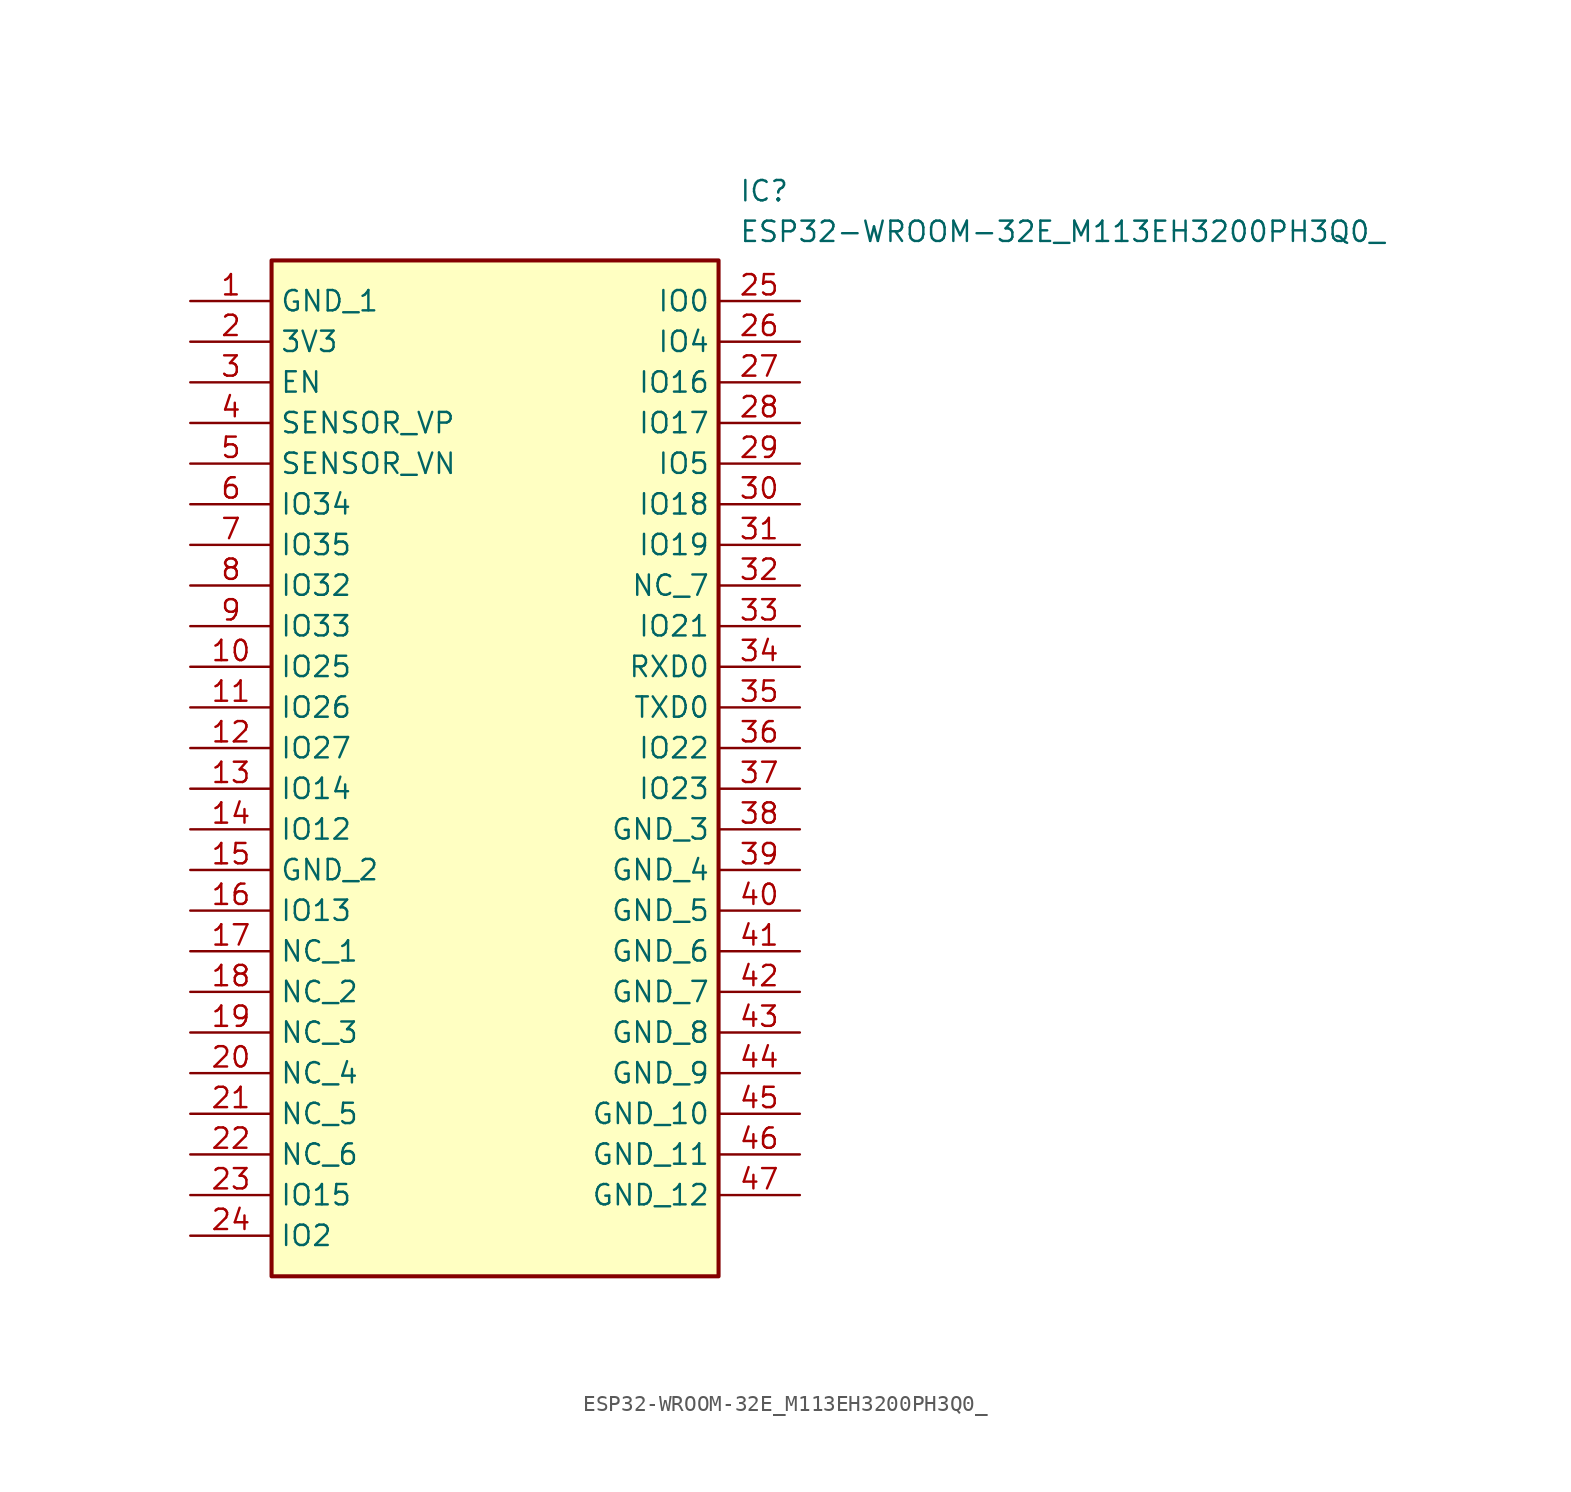
<source format=kicad_sym>
(kicad_symbol_lib
  (version 20211014)
  (generator SamacSys_ECAD_Model)
  (symbol "ESP32-WROOM-32E_M113EH3200PH3Q0_"
    (property "Reference" "IC"
      (at 34.29 7.62 0)
      (effects (font (size 1.27 1.27)) (justify left top)))
    (property "Value" "ESP32-WROOM-32E_M113EH3200PH3Q0_"
      (at 34.29 5.08 0)
      (effects (font (size 1.27 1.27)) (justify left top)))
    (rectangle
      (start 5.08 2.54)
      (end 33.02 -60.96)
      (stroke (width 0.254) (type default))
      (fill (type background)))
    (pin passive line
      (at 0 0 0)
      (length 5.08)
      (name "GND_1" (effects (font (size 1.27 1.27))))
      (number "1" (effects (font (size 1.27 1.27)))))
    (pin passive line
      (at 0 -2.54 0)
      (length 5.08)
      (name "3V3" (effects (font (size 1.27 1.27))))
      (number "2" (effects (font (size 1.27 1.27)))))
    (pin passive line
      (at 0 -5.08 0)
      (length 5.08)
      (name "EN" (effects (font (size 1.27 1.27))))
      (number "3" (effects (font (size 1.27 1.27)))))
    (pin passive line
      (at 0 -7.62 0)
      (length 5.08)
      (name "SENSOR_VP" (effects (font (size 1.27 1.27))))
      (number "4" (effects (font (size 1.27 1.27)))))
    (pin passive line
      (at 0 -10.16 0)
      (length 5.08)
      (name "SENSOR_VN" (effects (font (size 1.27 1.27))))
      (number "5" (effects (font (size 1.27 1.27)))))
    (pin passive line
      (at 0 -12.7 0)
      (length 5.08)
      (name "IO34" (effects (font (size 1.27 1.27))))
      (number "6" (effects (font (size 1.27 1.27)))))
    (pin passive line
      (at 0 -15.24 0)
      (length 5.08)
      (name "IO35" (effects (font (size 1.27 1.27))))
      (number "7" (effects (font (size 1.27 1.27)))))
    (pin passive line
      (at 0 -17.78 0)
      (length 5.08)
      (name "IO32" (effects (font (size 1.27 1.27))))
      (number "8" (effects (font (size 1.27 1.27)))))
    (pin passive line
      (at 0 -20.32 0)
      (length 5.08)
      (name "IO33" (effects (font (size 1.27 1.27))))
      (number "9" (effects (font (size 1.27 1.27)))))
    (pin passive line
      (at 0 -22.86 0)
      (length 5.08)
      (name "IO25" (effects (font (size 1.27 1.27))))
      (number "10" (effects (font (size 1.27 1.27)))))
    (pin passive line
      (at 0 -25.4 0)
      (length 5.08)
      (name "IO26" (effects (font (size 1.27 1.27))))
      (number "11" (effects (font (size 1.27 1.27)))))
    (pin passive line
      (at 0 -27.94 0)
      (length 5.08)
      (name "IO27" (effects (font (size 1.27 1.27))))
      (number "12" (effects (font (size 1.27 1.27)))))
    (pin passive line
      (at 0 -30.48 0)
      (length 5.08)
      (name "IO14" (effects (font (size 1.27 1.27))))
      (number "13" (effects (font (size 1.27 1.27)))))
    (pin passive line
      (at 0 -33.02 0)
      (length 5.08)
      (name "IO12" (effects (font (size 1.27 1.27))))
      (number "14" (effects (font (size 1.27 1.27)))))
    (pin passive line
      (at 0 -35.56 0)
      (length 5.08)
      (name "GND_2" (effects (font (size 1.27 1.27))))
      (number "15" (effects (font (size 1.27 1.27)))))
    (pin passive line
      (at 0 -38.1 0)
      (length 5.08)
      (name "IO13" (effects (font (size 1.27 1.27))))
      (number "16" (effects (font (size 1.27 1.27)))))
    (pin passive line
      (at 0 -40.64 0)
      (length 5.08)
      (name "NC_1" (effects (font (size 1.27 1.27))))
      (number "17" (effects (font (size 1.27 1.27)))))
    (pin passive line
      (at 0 -43.18 0)
      (length 5.08)
      (name "NC_2" (effects (font (size 1.27 1.27))))
      (number "18" (effects (font (size 1.27 1.27)))))
    (pin passive line
      (at 0 -45.72 0)
      (length 5.08)
      (name "NC_3" (effects (font (size 1.27 1.27))))
      (number "19" (effects (font (size 1.27 1.27)))))
    (pin passive line
      (at 0 -48.26 0)
      (length 5.08)
      (name "NC_4" (effects (font (size 1.27 1.27))))
      (number "20" (effects (font (size 1.27 1.27)))))
    (pin passive line
      (at 0 -50.8 0)
      (length 5.08)
      (name "NC_5" (effects (font (size 1.27 1.27))))
      (number "21" (effects (font (size 1.27 1.27)))))
    (pin passive line
      (at 0 -53.34 0)
      (length 5.08)
      (name "NC_6" (effects (font (size 1.27 1.27))))
      (number "22" (effects (font (size 1.27 1.27)))))
    (pin passive line
      (at 0 -55.88 0)
      (length 5.08)
      (name "IO15" (effects (font (size 1.27 1.27))))
      (number "23" (effects (font (size 1.27 1.27)))))
    (pin passive line
      (at 0 -58.42 0)
      (length 5.08)
      (name "IO2" (effects (font (size 1.27 1.27))))
      (number "24" (effects (font (size 1.27 1.27)))))
    (pin passive line
      (at 38.1 0 180)
      (length 5.08)
      (name "IO0" (effects (font (size 1.27 1.27))))
      (number "25" (effects (font (size 1.27 1.27)))))
    (pin passive line
      (at 38.1 -2.54 180)
      (length 5.08)
      (name "IO4" (effects (font (size 1.27 1.27))))
      (number "26" (effects (font (size 1.27 1.27)))))
    (pin passive line
      (at 38.1 -5.08 180)
      (length 5.08)
      (name "IO16" (effects (font (size 1.27 1.27))))
      (number "27" (effects (font (size 1.27 1.27)))))
    (pin passive line
      (at 38.1 -7.62 180)
      (length 5.08)
      (name "IO17" (effects (font (size 1.27 1.27))))
      (number "28" (effects (font (size 1.27 1.27)))))
    (pin passive line
      (at 38.1 -10.16 180)
      (length 5.08)
      (name "IO5" (effects (font (size 1.27 1.27))))
      (number "29" (effects (font (size 1.27 1.27)))))
    (pin passive line
      (at 38.1 -12.7 180)
      (length 5.08)
      (name "IO18" (effects (font (size 1.27 1.27))))
      (number "30" (effects (font (size 1.27 1.27)))))
    (pin passive line
      (at 38.1 -15.24 180)
      (length 5.08)
      (name "IO19" (effects (font (size 1.27 1.27))))
      (number "31" (effects (font (size 1.27 1.27)))))
    (pin passive line
      (at 38.1 -17.78 180)
      (length 5.08)
      (name "NC_7" (effects (font (size 1.27 1.27))))
      (number "32" (effects (font (size 1.27 1.27)))))
    (pin passive line
      (at 38.1 -20.32 180)
      (length 5.08)
      (name "IO21" (effects (font (size 1.27 1.27))))
      (number "33" (effects (font (size 1.27 1.27)))))
    (pin passive line
      (at 38.1 -22.86 180)
      (length 5.08)
      (name "RXD0" (effects (font (size 1.27 1.27))))
      (number "34" (effects (font (size 1.27 1.27)))))
    (pin passive line
      (at 38.1 -25.4 180)
      (length 5.08)
      (name "TXD0" (effects (font (size 1.27 1.27))))
      (number "35" (effects (font (size 1.27 1.27)))))
    (pin passive line
      (at 38.1 -27.94 180)
      (length 5.08)
      (name "IO22" (effects (font (size 1.27 1.27))))
      (number "36" (effects (font (size 1.27 1.27)))))
    (pin passive line
      (at 38.1 -30.48 180)
      (length 5.08)
      (name "IO23" (effects (font (size 1.27 1.27))))
      (number "37" (effects (font (size 1.27 1.27)))))
    (pin passive line
      (at 38.1 -33.02 180)
      (length 5.08)
      (name "GND_3" (effects (font (size 1.27 1.27))))
      (number "38" (effects (font (size 1.27 1.27)))))
    (pin passive line
      (at 38.1 -35.56 180)
      (length 5.08)
      (name "GND_4" (effects (font (size 1.27 1.27))))
      (number "39" (effects (font (size 1.27 1.27)))))
    (pin passive line
      (at 38.1 -38.1 180)
      (length 5.08)
      (name "GND_5" (effects (font (size 1.27 1.27))))
      (number "40" (effects (font (size 1.27 1.27)))))
    (pin passive line
      (at 38.1 -40.64 180)
      (length 5.08)
      (name "GND_6" (effects (font (size 1.27 1.27))))
      (number "41" (effects (font (size 1.27 1.27)))))
    (pin passive line
      (at 38.1 -43.18 180)
      (length 5.08)
      (name "GND_7" (effects (font (size 1.27 1.27))))
      (number "42" (effects (font (size 1.27 1.27)))))
    (pin passive line
      (at 38.1 -45.72 180)
      (length 5.08)
      (name "GND_8" (effects (font (size 1.27 1.27))))
      (number "43" (effects (font (size 1.27 1.27)))))
    (pin passive line
      (at 38.1 -48.26 180)
      (length 5.08)
      (name "GND_9" (effects (font (size 1.27 1.27))))
      (number "44" (effects (font (size 1.27 1.27)))))
    (pin passive line
      (at 38.1 -50.8 180)
      (length 5.08)
      (name "GND_10" (effects (font (size 1.27 1.27))))
      (number "45" (effects (font (size 1.27 1.27)))))
    (pin passive line
      (at 38.1 -53.34 180)
      (length 5.08)
      (name "GND_11" (effects (font (size 1.27 1.27))))
      (number "46" (effects (font (size 1.27 1.27)))))
    (pin passive line
      (at 38.1 -55.88 180)
      (length 5.08)
      (name "GND_12" (effects (font (size 1.27 1.27))))
      (number "47" (effects (font (size 1.27 1.27)))))))
</source>
